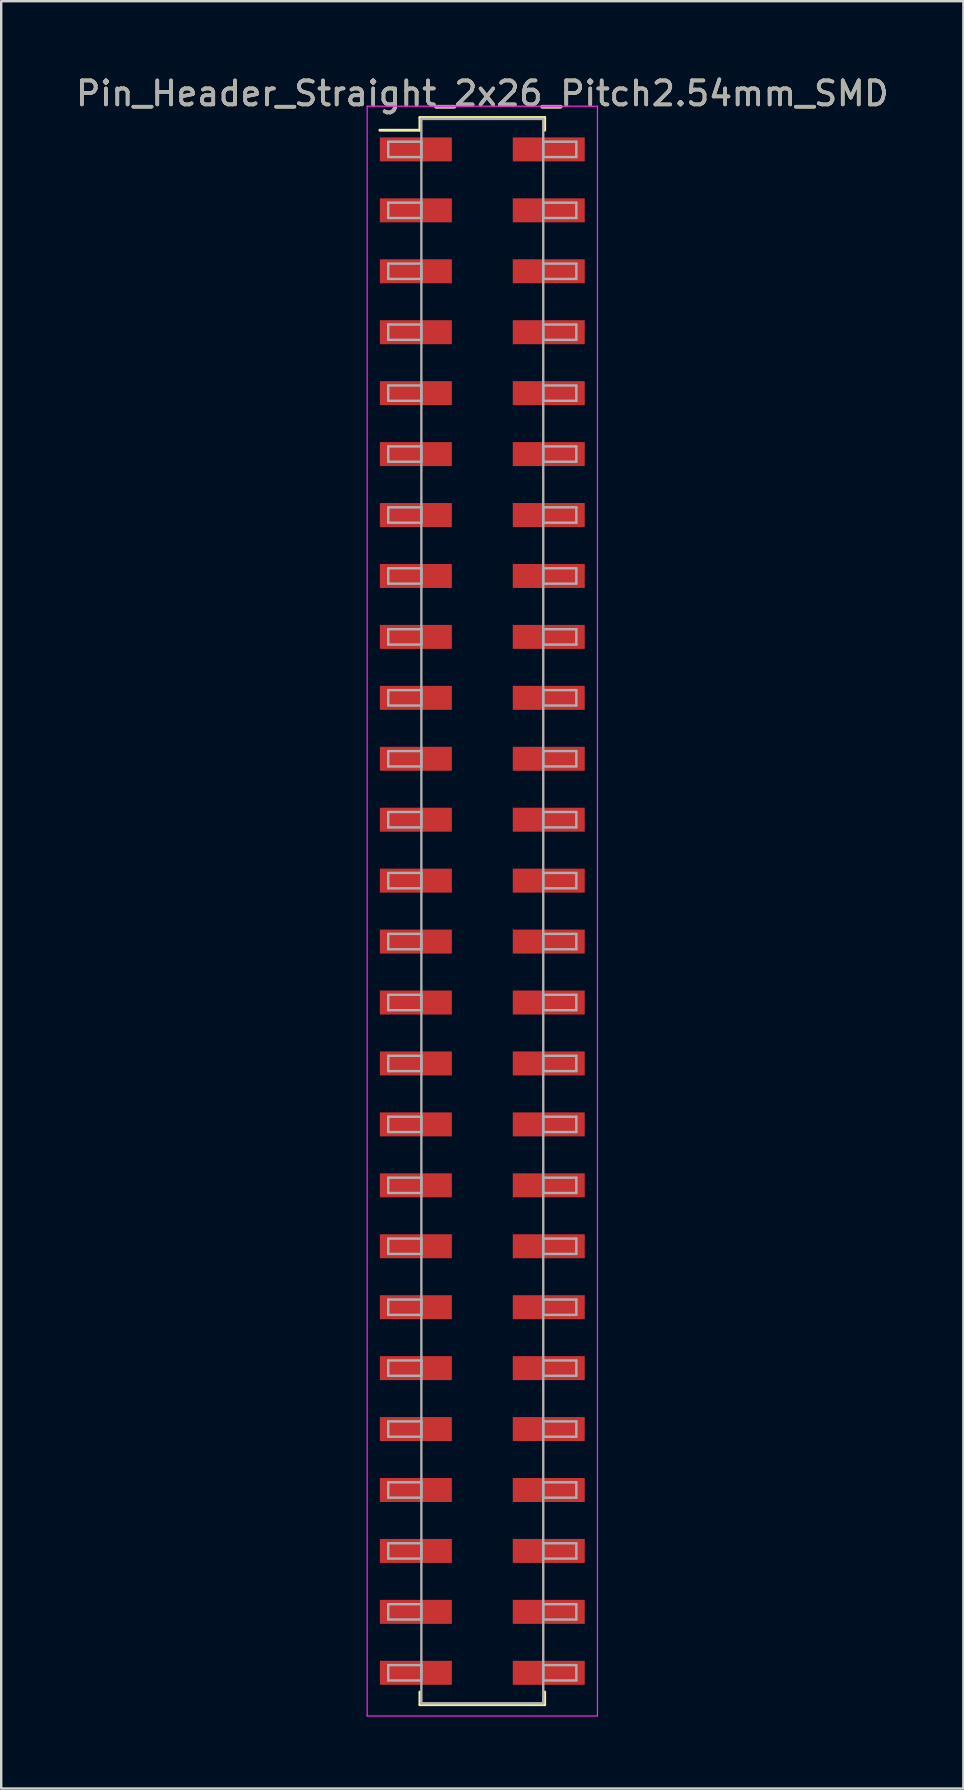
<source format=kicad_pcb>
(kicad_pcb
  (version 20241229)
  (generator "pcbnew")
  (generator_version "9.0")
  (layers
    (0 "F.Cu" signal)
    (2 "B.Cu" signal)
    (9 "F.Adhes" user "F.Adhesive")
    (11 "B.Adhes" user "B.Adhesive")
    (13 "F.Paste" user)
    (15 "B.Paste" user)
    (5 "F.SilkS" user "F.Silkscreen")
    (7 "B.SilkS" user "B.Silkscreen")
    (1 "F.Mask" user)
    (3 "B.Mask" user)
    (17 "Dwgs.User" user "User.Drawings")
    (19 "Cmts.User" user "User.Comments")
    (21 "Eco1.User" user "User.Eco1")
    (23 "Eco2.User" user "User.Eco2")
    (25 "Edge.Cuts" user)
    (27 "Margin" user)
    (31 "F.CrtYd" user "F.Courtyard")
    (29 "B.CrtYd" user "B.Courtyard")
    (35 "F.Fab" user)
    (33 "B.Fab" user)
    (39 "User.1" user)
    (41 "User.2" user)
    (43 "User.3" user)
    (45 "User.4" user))
  (footprint "Pin_Header_Straight_2x26_Pitch2.54mm_SMD"
    (layer "F.Cu")
    (at 17.054 34.928)
    (property "Reference" "Pin_Header_Straight_2x26_Pitch2.54mm_SMD" (at 0 -34.08 0) (layer "F.SilkS") (effects (font (size 1 1) (thickness 0.15))))
    (attr smd)
    (fp_line (start -4.27 -32.55) (end -2.6 -32.55) (stroke (width 0.12) (type solid)) (layer "F.SilkS"))
    (fp_line (start -2.6 -33.08) (end 2.6 -33.08) (stroke (width 0.12) (type solid)) (layer "F.SilkS"))
    (fp_line (start -2.6 -32.55) (end -2.6 -33.08) (stroke (width 0.12) (type solid)) (layer "F.SilkS"))
    (fp_line (start -2.6 32.55) (end -2.6 33.08) (stroke (width 0.12) (type solid)) (layer "F.SilkS"))
    (fp_line (start -2.6 33.08) (end 2.6 33.08) (stroke (width 0.12) (type solid)) (layer "F.SilkS"))
    (fp_line (start 2.6 -33.08) (end 2.6 -32.55) (stroke (width 0.12) (type solid)) (layer "F.SilkS"))
    (fp_line (start 2.6 33.08) (end 2.6 32.55) (stroke (width 0.12) (type solid)) (layer "F.SilkS"))
    (fp_line (start -4.8 -33.55) (end -4.8 33.55) (stroke (width 0.05) (type solid)) (layer "F.CrtYd"))
    (fp_line (start -4.8 33.55) (end 4.8 33.55) (stroke (width 0.05) (type solid)) (layer "F.CrtYd"))
    (fp_line (start 4.8 -33.55) (end -4.8 -33.55) (stroke (width 0.05) (type solid)) (layer "F.CrtYd"))
    (fp_line (start 4.8 33.55) (end 4.8 -33.55) (stroke (width 0.05) (type solid)) (layer "F.CrtYd"))
    (fp_line (start -3.92 -32.07) (end -2.54 -32.07) (stroke (width 0.1) (type solid)) (layer "F.Fab"))
    (fp_line (start -3.92 -31.43) (end -3.92 -32.07) (stroke (width 0.1) (type solid)) (layer "F.Fab"))
    (fp_line (start -3.92 -29.53) (end -2.54 -29.53) (stroke (width 0.1) (type solid)) (layer "F.Fab"))
    (fp_line (start -3.92 -28.89) (end -3.92 -29.53) (stroke (width 0.1) (type solid)) (layer "F.Fab"))
    (fp_line (start -3.92 -26.99) (end -2.54 -26.99) (stroke (width 0.1) (type solid)) (layer "F.Fab"))
    (fp_line (start -3.92 -26.35) (end -3.92 -26.99) (stroke (width 0.1) (type solid)) (layer "F.Fab"))
    (fp_line (start -3.92 -24.45) (end -2.54 -24.45) (stroke (width 0.1) (type solid)) (layer "F.Fab"))
    (fp_line (start -3.92 -23.81) (end -3.92 -24.45) (stroke (width 0.1) (type solid)) (layer "F.Fab"))
    (fp_line (start -3.92 -21.91) (end -2.54 -21.91) (stroke (width 0.1) (type solid)) (layer "F.Fab"))
    (fp_line (start -3.92 -21.27) (end -3.92 -21.91) (stroke (width 0.1) (type solid)) (layer "F.Fab"))
    (fp_line (start -3.92 -19.37) (end -2.54 -19.37) (stroke (width 0.1) (type solid)) (layer "F.Fab"))
    (fp_line (start -3.92 -18.73) (end -3.92 -19.37) (stroke (width 0.1) (type solid)) (layer "F.Fab"))
    (fp_line (start -3.92 -16.83) (end -2.54 -16.83) (stroke (width 0.1) (type solid)) (layer "F.Fab"))
    (fp_line (start -3.92 -16.19) (end -3.92 -16.83) (stroke (width 0.1) (type solid)) (layer "F.Fab"))
    (fp_line (start -3.92 -14.29) (end -2.54 -14.29) (stroke (width 0.1) (type solid)) (layer "F.Fab"))
    (fp_line (start -3.92 -13.65) (end -3.92 -14.29) (stroke (width 0.1) (type solid)) (layer "F.Fab"))
    (fp_line (start -3.92 -11.75) (end -2.54 -11.75) (stroke (width 0.1) (type solid)) (layer "F.Fab"))
    (fp_line (start -3.92 -11.11) (end -3.92 -11.75) (stroke (width 0.1) (type solid)) (layer "F.Fab"))
    (fp_line (start -3.92 -9.21) (end -2.54 -9.21) (stroke (width 0.1) (type solid)) (layer "F.Fab"))
    (fp_line (start -3.92 -8.57) (end -3.92 -9.21) (stroke (width 0.1) (type solid)) (layer "F.Fab"))
    (fp_line (start -3.92 -6.67) (end -2.54 -6.67) (stroke (width 0.1) (type solid)) (layer "F.Fab"))
    (fp_line (start -3.92 -6.03) (end -3.92 -6.67) (stroke (width 0.1) (type solid)) (layer "F.Fab"))
    (fp_line (start -3.92 -4.13) (end -2.54 -4.13) (stroke (width 0.1) (type solid)) (layer "F.Fab"))
    (fp_line (start -3.92 -3.49) (end -3.92 -4.13) (stroke (width 0.1) (type solid)) (layer "F.Fab"))
    (fp_line (start -3.92 -1.59) (end -2.54 -1.59) (stroke (width 0.1) (type solid)) (layer "F.Fab"))
    (fp_line (start -3.92 -0.95) (end -3.92 -1.59) (stroke (width 0.1) (type solid)) (layer "F.Fab"))
    (fp_line (start -3.92 0.95) (end -2.54 0.95) (stroke (width 0.1) (type solid)) (layer "F.Fab"))
    (fp_line (start -3.92 1.59) (end -3.92 0.95) (stroke (width 0.1) (type solid)) (layer "F.Fab"))
    (fp_line (start -3.92 3.49) (end -2.54 3.49) (stroke (width 0.1) (type solid)) (layer "F.Fab"))
    (fp_line (start -3.92 4.13) (end -3.92 3.49) (stroke (width 0.1) (type solid)) (layer "F.Fab"))
    (fp_line (start -3.92 6.03) (end -2.54 6.03) (stroke (width 0.1) (type solid)) (layer "F.Fab"))
    (fp_line (start -3.92 6.67) (end -3.92 6.03) (stroke (width 0.1) (type solid)) (layer "F.Fab"))
    (fp_line (start -3.92 8.57) (end -2.54 8.57) (stroke (width 0.1) (type solid)) (layer "F.Fab"))
    (fp_line (start -3.92 9.21) (end -3.92 8.57) (stroke (width 0.1) (type solid)) (layer "F.Fab"))
    (fp_line (start -3.92 11.11) (end -2.54 11.11) (stroke (width 0.1) (type solid)) (layer "F.Fab"))
    (fp_line (start -3.92 11.75) (end -3.92 11.11) (stroke (width 0.1) (type solid)) (layer "F.Fab"))
    (fp_line (start -3.92 13.65) (end -2.54 13.65) (stroke (width 0.1) (type solid)) (layer "F.Fab"))
    (fp_line (start -3.92 14.29) (end -3.92 13.65) (stroke (width 0.1) (type solid)) (layer "F.Fab"))
    (fp_line (start -3.92 16.19) (end -2.54 16.19) (stroke (width 0.1) (type solid)) (layer "F.Fab"))
    (fp_line (start -3.92 16.83) (end -3.92 16.19) (stroke (width 0.1) (type solid)) (layer "F.Fab"))
    (fp_line (start -3.92 18.73) (end -2.54 18.73) (stroke (width 0.1) (type solid)) (layer "F.Fab"))
    (fp_line (start -3.92 19.37) (end -3.92 18.73) (stroke (width 0.1) (type solid)) (layer "F.Fab"))
    (fp_line (start -3.92 21.27) (end -2.54 21.27) (stroke (width 0.1) (type solid)) (layer "F.Fab"))
    (fp_line (start -3.92 21.91) (end -3.92 21.27) (stroke (width 0.1) (type solid)) (layer "F.Fab"))
    (fp_line (start -3.92 23.81) (end -2.54 23.81) (stroke (width 0.1) (type solid)) (layer "F.Fab"))
    (fp_line (start -3.92 24.45) (end -3.92 23.81) (stroke (width 0.1) (type solid)) (layer "F.Fab"))
    (fp_line (start -3.92 26.35) (end -2.54 26.35) (stroke (width 0.1) (type solid)) (layer "F.Fab"))
    (fp_line (start -3.92 26.99) (end -3.92 26.35) (stroke (width 0.1) (type solid)) (layer "F.Fab"))
    (fp_line (start -3.92 28.89) (end -2.54 28.89) (stroke (width 0.1) (type solid)) (layer "F.Fab"))
    (fp_line (start -3.92 29.53) (end -3.92 28.89) (stroke (width 0.1) (type solid)) (layer "F.Fab"))
    (fp_line (start -3.92 31.43) (end -2.54 31.43) (stroke (width 0.1) (type solid)) (layer "F.Fab"))
    (fp_line (start -3.92 32.07) (end -3.92 31.43) (stroke (width 0.1) (type solid)) (layer "F.Fab"))
    (fp_line (start -2.54 -33.02) (end -2.54 33.02) (stroke (width 0.1) (type solid)) (layer "F.Fab"))
    (fp_line (start -2.54 -32.07) (end -2.54 -31.43) (stroke (width 0.1) (type solid)) (layer "F.Fab"))
    (fp_line (start -2.54 -31.43) (end -3.92 -31.43) (stroke (width 0.1) (type solid)) (layer "F.Fab"))
    (fp_line (start -2.54 -29.53) (end -2.54 -28.89) (stroke (width 0.1) (type solid)) (layer "F.Fab"))
    (fp_line (start -2.54 -28.89) (end -3.92 -28.89) (stroke (width 0.1) (type solid)) (layer "F.Fab"))
    (fp_line (start -2.54 -26.99) (end -2.54 -26.35) (stroke (width 0.1) (type solid)) (layer "F.Fab"))
    (fp_line (start -2.54 -26.35) (end -3.92 -26.35) (stroke (width 0.1) (type solid)) (layer "F.Fab"))
    (fp_line (start -2.54 -24.45) (end -2.54 -23.81) (stroke (width 0.1) (type solid)) (layer "F.Fab"))
    (fp_line (start -2.54 -23.81) (end -3.92 -23.81) (stroke (width 0.1) (type solid)) (layer "F.Fab"))
    (fp_line (start -2.54 -21.91) (end -2.54 -21.27) (stroke (width 0.1) (type solid)) (layer "F.Fab"))
    (fp_line (start -2.54 -21.27) (end -3.92 -21.27) (stroke (width 0.1) (type solid)) (layer "F.Fab"))
    (fp_line (start -2.54 -19.37) (end -2.54 -18.73) (stroke (width 0.1) (type solid)) (layer "F.Fab"))
    (fp_line (start -2.54 -18.73) (end -3.92 -18.73) (stroke (width 0.1) (type solid)) (layer "F.Fab"))
    (fp_line (start -2.54 -16.83) (end -2.54 -16.19) (stroke (width 0.1) (type solid)) (layer "F.Fab"))
    (fp_line (start -2.54 -16.19) (end -3.92 -16.19) (stroke (width 0.1) (type solid)) (layer "F.Fab"))
    (fp_line (start -2.54 -14.29) (end -2.54 -13.65) (stroke (width 0.1) (type solid)) (layer "F.Fab"))
    (fp_line (start -2.54 -13.65) (end -3.92 -13.65) (stroke (width 0.1) (type solid)) (layer "F.Fab"))
    (fp_line (start -2.54 -11.75) (end -2.54 -11.11) (stroke (width 0.1) (type solid)) (layer "F.Fab"))
    (fp_line (start -2.54 -11.11) (end -3.92 -11.11) (stroke (width 0.1) (type solid)) (layer "F.Fab"))
    (fp_line (start -2.54 -9.21) (end -2.54 -8.57) (stroke (width 0.1) (type solid)) (layer "F.Fab"))
    (fp_line (start -2.54 -8.57) (end -3.92 -8.57) (stroke (width 0.1) (type solid)) (layer "F.Fab"))
    (fp_line (start -2.54 -6.67) (end -2.54 -6.03) (stroke (width 0.1) (type solid)) (layer "F.Fab"))
    (fp_line (start -2.54 -6.03) (end -3.92 -6.03) (stroke (width 0.1) (type solid)) (layer "F.Fab"))
    (fp_line (start -2.54 -4.13) (end -2.54 -3.49) (stroke (width 0.1) (type solid)) (layer "F.Fab"))
    (fp_line (start -2.54 -3.49) (end -3.92 -3.49) (stroke (width 0.1) (type solid)) (layer "F.Fab"))
    (fp_line (start -2.54 -1.59) (end -2.54 -0.95) (stroke (width 0.1) (type solid)) (layer "F.Fab"))
    (fp_line (start -2.54 -0.95) (end -3.92 -0.95) (stroke (width 0.1) (type solid)) (layer "F.Fab"))
    (fp_line (start -2.54 0.95) (end -2.54 1.59) (stroke (width 0.1) (type solid)) (layer "F.Fab"))
    (fp_line (start -2.54 1.59) (end -3.92 1.59) (stroke (width 0.1) (type solid)) (layer "F.Fab"))
    (fp_line (start -2.54 3.49) (end -2.54 4.13) (stroke (width 0.1) (type solid)) (layer "F.Fab"))
    (fp_line (start -2.54 4.13) (end -3.92 4.13) (stroke (width 0.1) (type solid)) (layer "F.Fab"))
    (fp_line (start -2.54 6.03) (end -2.54 6.67) (stroke (width 0.1) (type solid)) (layer "F.Fab"))
    (fp_line (start -2.54 6.67) (end -3.92 6.67) (stroke (width 0.1) (type solid)) (layer "F.Fab"))
    (fp_line (start -2.54 8.57) (end -2.54 9.21) (stroke (width 0.1) (type solid)) (layer "F.Fab"))
    (fp_line (start -2.54 9.21) (end -3.92 9.21) (stroke (width 0.1) (type solid)) (layer "F.Fab"))
    (fp_line (start -2.54 11.11) (end -2.54 11.75) (stroke (width 0.1) (type solid)) (layer "F.Fab"))
    (fp_line (start -2.54 11.75) (end -3.92 11.75) (stroke (width 0.1) (type solid)) (layer "F.Fab"))
    (fp_line (start -2.54 13.65) (end -2.54 14.29) (stroke (width 0.1) (type solid)) (layer "F.Fab"))
    (fp_line (start -2.54 14.29) (end -3.92 14.29) (stroke (width 0.1) (type solid)) (layer "F.Fab"))
    (fp_line (start -2.54 16.19) (end -2.54 16.83) (stroke (width 0.1) (type solid)) (layer "F.Fab"))
    (fp_line (start -2.54 16.83) (end -3.92 16.83) (stroke (width 0.1) (type solid)) (layer "F.Fab"))
    (fp_line (start -2.54 18.73) (end -2.54 19.37) (stroke (width 0.1) (type solid)) (layer "F.Fab"))
    (fp_line (start -2.54 19.37) (end -3.92 19.37) (stroke (width 0.1) (type solid)) (layer "F.Fab"))
    (fp_line (start -2.54 21.27) (end -2.54 21.91) (stroke (width 0.1) (type solid)) (layer "F.Fab"))
    (fp_line (start -2.54 21.91) (end -3.92 21.91) (stroke (width 0.1) (type solid)) (layer "F.Fab"))
    (fp_line (start -2.54 23.81) (end -2.54 24.45) (stroke (width 0.1) (type solid)) (layer "F.Fab"))
    (fp_line (start -2.54 24.45) (end -3.92 24.45) (stroke (width 0.1) (type solid)) (layer "F.Fab"))
    (fp_line (start -2.54 26.35) (end -2.54 26.99) (stroke (width 0.1) (type solid)) (layer "F.Fab"))
    (fp_line (start -2.54 26.99) (end -3.92 26.99) (stroke (width 0.1) (type solid)) (layer "F.Fab"))
    (fp_line (start -2.54 28.89) (end -2.54 29.53) (stroke (width 0.1) (type solid)) (layer "F.Fab"))
    (fp_line (start -2.54 29.53) (end -3.92 29.53) (stroke (width 0.1) (type solid)) (layer "F.Fab"))
    (fp_line (start -2.54 31.43) (end -2.54 32.07) (stroke (width 0.1) (type solid)) (layer "F.Fab"))
    (fp_line (start -2.54 32.07) (end -3.92 32.07) (stroke (width 0.1) (type solid)) (layer "F.Fab"))
    (fp_line (start -2.54 33.02) (end 2.54 33.02) (stroke (width 0.1) (type solid)) (layer "F.Fab"))
    (fp_line (start 2.54 -33.02) (end -2.54 -33.02) (stroke (width 0.1) (type solid)) (layer "F.Fab"))
    (fp_line (start 2.54 -32.07) (end 2.54 -31.43) (stroke (width 0.1) (type solid)) (layer "F.Fab"))
    (fp_line (start 2.54 -31.43) (end 3.92 -31.43) (stroke (width 0.1) (type solid)) (layer "F.Fab"))
    (fp_line (start 2.54 -29.53) (end 2.54 -28.89) (stroke (width 0.1) (type solid)) (layer "F.Fab"))
    (fp_line (start 2.54 -28.89) (end 3.92 -28.89) (stroke (width 0.1) (type solid)) (layer "F.Fab"))
    (fp_line (start 2.54 -26.99) (end 2.54 -26.35) (stroke (width 0.1) (type solid)) (layer "F.Fab"))
    (fp_line (start 2.54 -26.35) (end 3.92 -26.35) (stroke (width 0.1) (type solid)) (layer "F.Fab"))
    (fp_line (start 2.54 -24.45) (end 2.54 -23.81) (stroke (width 0.1) (type solid)) (layer "F.Fab"))
    (fp_line (start 2.54 -23.81) (end 3.92 -23.81) (stroke (width 0.1) (type solid)) (layer "F.Fab"))
    (fp_line (start 2.54 -21.91) (end 2.54 -21.27) (stroke (width 0.1) (type solid)) (layer "F.Fab"))
    (fp_line (start 2.54 -21.27) (end 3.92 -21.27) (stroke (width 0.1) (type solid)) (layer "F.Fab"))
    (fp_line (start 2.54 -19.37) (end 2.54 -18.73) (stroke (width 0.1) (type solid)) (layer "F.Fab"))
    (fp_line (start 2.54 -18.73) (end 3.92 -18.73) (stroke (width 0.1) (type solid)) (layer "F.Fab"))
    (fp_line (start 2.54 -16.83) (end 2.54 -16.19) (stroke (width 0.1) (type solid)) (layer "F.Fab"))
    (fp_line (start 2.54 -16.19) (end 3.92 -16.19) (stroke (width 0.1) (type solid)) (layer "F.Fab"))
    (fp_line (start 2.54 -14.29) (end 2.54 -13.65) (stroke (width 0.1) (type solid)) (layer "F.Fab"))
    (fp_line (start 2.54 -13.65) (end 3.92 -13.65) (stroke (width 0.1) (type solid)) (layer "F.Fab"))
    (fp_line (start 2.54 -11.75) (end 2.54 -11.11) (stroke (width 0.1) (type solid)) (layer "F.Fab"))
    (fp_line (start 2.54 -11.11) (end 3.92 -11.11) (stroke (width 0.1) (type solid)) (layer "F.Fab"))
    (fp_line (start 2.54 -9.21) (end 2.54 -8.57) (stroke (width 0.1) (type solid)) (layer "F.Fab"))
    (fp_line (start 2.54 -8.57) (end 3.92 -8.57) (stroke (width 0.1) (type solid)) (layer "F.Fab"))
    (fp_line (start 2.54 -6.67) (end 2.54 -6.03) (stroke (width 0.1) (type solid)) (layer "F.Fab"))
    (fp_line (start 2.54 -6.03) (end 3.92 -6.03) (stroke (width 0.1) (type solid)) (layer "F.Fab"))
    (fp_line (start 2.54 -4.13) (end 2.54 -3.49) (stroke (width 0.1) (type solid)) (layer "F.Fab"))
    (fp_line (start 2.54 -3.49) (end 3.92 -3.49) (stroke (width 0.1) (type solid)) (layer "F.Fab"))
    (fp_line (start 2.54 -1.59) (end 2.54 -0.95) (stroke (width 0.1) (type solid)) (layer "F.Fab"))
    (fp_line (start 2.54 -0.95) (end 3.92 -0.95) (stroke (width 0.1) (type solid)) (layer "F.Fab"))
    (fp_line (start 2.54 0.95) (end 2.54 1.59) (stroke (width 0.1) (type solid)) (layer "F.Fab"))
    (fp_line (start 2.54 1.59) (end 3.92 1.59) (stroke (width 0.1) (type solid)) (layer "F.Fab"))
    (fp_line (start 2.54 3.49) (end 2.54 4.13) (stroke (width 0.1) (type solid)) (layer "F.Fab"))
    (fp_line (start 2.54 4.13) (end 3.92 4.13) (stroke (width 0.1) (type solid)) (layer "F.Fab"))
    (fp_line (start 2.54 6.03) (end 2.54 6.67) (stroke (width 0.1) (type solid)) (layer "F.Fab"))
    (fp_line (start 2.54 6.67) (end 3.92 6.67) (stroke (width 0.1) (type solid)) (layer "F.Fab"))
    (fp_line (start 2.54 8.57) (end 2.54 9.21) (stroke (width 0.1) (type solid)) (layer "F.Fab"))
    (fp_line (start 2.54 9.21) (end 3.92 9.21) (stroke (width 0.1) (type solid)) (layer "F.Fab"))
    (fp_line (start 2.54 11.11) (end 2.54 11.75) (stroke (width 0.1) (type solid)) (layer "F.Fab"))
    (fp_line (start 2.54 11.75) (end 3.92 11.75) (stroke (width 0.1) (type solid)) (layer "F.Fab"))
    (fp_line (start 2.54 13.65) (end 2.54 14.29) (stroke (width 0.1) (type solid)) (layer "F.Fab"))
    (fp_line (start 2.54 14.29) (end 3.92 14.29) (stroke (width 0.1) (type solid)) (layer "F.Fab"))
    (fp_line (start 2.54 16.19) (end 2.54 16.83) (stroke (width 0.1) (type solid)) (layer "F.Fab"))
    (fp_line (start 2.54 16.83) (end 3.92 16.83) (stroke (width 0.1) (type solid)) (layer "F.Fab"))
    (fp_line (start 2.54 18.73) (end 2.54 19.37) (stroke (width 0.1) (type solid)) (layer "F.Fab"))
    (fp_line (start 2.54 19.37) (end 3.92 19.37) (stroke (width 0.1) (type solid)) (layer "F.Fab"))
    (fp_line (start 2.54 21.27) (end 2.54 21.91) (stroke (width 0.1) (type solid)) (layer "F.Fab"))
    (fp_line (start 2.54 21.91) (end 3.92 21.91) (stroke (width 0.1) (type solid)) (layer "F.Fab"))
    (fp_line (start 2.54 23.81) (end 2.54 24.45) (stroke (width 0.1) (type solid)) (layer "F.Fab"))
    (fp_line (start 2.54 24.45) (end 3.92 24.45) (stroke (width 0.1) (type solid)) (layer "F.Fab"))
    (fp_line (start 2.54 26.35) (end 2.54 26.99) (stroke (width 0.1) (type solid)) (layer "F.Fab"))
    (fp_line (start 2.54 26.99) (end 3.92 26.99) (stroke (width 0.1) (type solid)) (layer "F.Fab"))
    (fp_line (start 2.54 28.89) (end 2.54 29.53) (stroke (width 0.1) (type solid)) (layer "F.Fab"))
    (fp_line (start 2.54 29.53) (end 3.92 29.53) (stroke (width 0.1) (type solid)) (layer "F.Fab"))
    (fp_line (start 2.54 31.43) (end 2.54 32.07) (stroke (width 0.1) (type solid)) (layer "F.Fab"))
    (fp_line (start 2.54 32.07) (end 3.92 32.07) (stroke (width 0.1) (type solid)) (layer "F.Fab"))
    (fp_line (start 2.54 33.02) (end 2.54 -33.02) (stroke (width 0.1) (type solid)) (layer "F.Fab"))
    (fp_line (start 3.92 -32.07) (end 2.54 -32.07) (stroke (width 0.1) (type solid)) (layer "F.Fab"))
    (fp_line (start 3.92 -31.43) (end 3.92 -32.07) (stroke (width 0.1) (type solid)) (layer "F.Fab"))
    (fp_line (start 3.92 -29.53) (end 2.54 -29.53) (stroke (width 0.1) (type solid)) (layer "F.Fab"))
    (fp_line (start 3.92 -28.89) (end 3.92 -29.53) (stroke (width 0.1) (type solid)) (layer "F.Fab"))
    (fp_line (start 3.92 -26.99) (end 2.54 -26.99) (stroke (width 0.1) (type solid)) (layer "F.Fab"))
    (fp_line (start 3.92 -26.35) (end 3.92 -26.99) (stroke (width 0.1) (type solid)) (layer "F.Fab"))
    (fp_line (start 3.92 -24.45) (end 2.54 -24.45) (stroke (width 0.1) (type solid)) (layer "F.Fab"))
    (fp_line (start 3.92 -23.81) (end 3.92 -24.45) (stroke (width 0.1) (type solid)) (layer "F.Fab"))
    (fp_line (start 3.92 -21.91) (end 2.54 -21.91) (stroke (width 0.1) (type solid)) (layer "F.Fab"))
    (fp_line (start 3.92 -21.27) (end 3.92 -21.91) (stroke (width 0.1) (type solid)) (layer "F.Fab"))
    (fp_line (start 3.92 -19.37) (end 2.54 -19.37) (stroke (width 0.1) (type solid)) (layer "F.Fab"))
    (fp_line (start 3.92 -18.73) (end 3.92 -19.37) (stroke (width 0.1) (type solid)) (layer "F.Fab"))
    (fp_line (start 3.92 -16.83) (end 2.54 -16.83) (stroke (width 0.1) (type solid)) (layer "F.Fab"))
    (fp_line (start 3.92 -16.19) (end 3.92 -16.83) (stroke (width 0.1) (type solid)) (layer "F.Fab"))
    (fp_line (start 3.92 -14.29) (end 2.54 -14.29) (stroke (width 0.1) (type solid)) (layer "F.Fab"))
    (fp_line (start 3.92 -13.65) (end 3.92 -14.29) (stroke (width 0.1) (type solid)) (layer "F.Fab"))
    (fp_line (start 3.92 -11.75) (end 2.54 -11.75) (stroke (width 0.1) (type solid)) (layer "F.Fab"))
    (fp_line (start 3.92 -11.11) (end 3.92 -11.75) (stroke (width 0.1) (type solid)) (layer "F.Fab"))
    (fp_line (start 3.92 -9.21) (end 2.54 -9.21) (stroke (width 0.1) (type solid)) (layer "F.Fab"))
    (fp_line (start 3.92 -8.57) (end 3.92 -9.21) (stroke (width 0.1) (type solid)) (layer "F.Fab"))
    (fp_line (start 3.92 -6.67) (end 2.54 -6.67) (stroke (width 0.1) (type solid)) (layer "F.Fab"))
    (fp_line (start 3.92 -6.03) (end 3.92 -6.67) (stroke (width 0.1) (type solid)) (layer "F.Fab"))
    (fp_line (start 3.92 -4.13) (end 2.54 -4.13) (stroke (width 0.1) (type solid)) (layer "F.Fab"))
    (fp_line (start 3.92 -3.49) (end 3.92 -4.13) (stroke (width 0.1) (type solid)) (layer "F.Fab"))
    (fp_line (start 3.92 -1.59) (end 2.54 -1.59) (stroke (width 0.1) (type solid)) (layer "F.Fab"))
    (fp_line (start 3.92 -0.95) (end 3.92 -1.59) (stroke (width 0.1) (type solid)) (layer "F.Fab"))
    (fp_line (start 3.92 0.95) (end 2.54 0.95) (stroke (width 0.1) (type solid)) (layer "F.Fab"))
    (fp_line (start 3.92 1.59) (end 3.92 0.95) (stroke (width 0.1) (type solid)) (layer "F.Fab"))
    (fp_line (start 3.92 3.49) (end 2.54 3.49) (stroke (width 0.1) (type solid)) (layer "F.Fab"))
    (fp_line (start 3.92 4.13) (end 3.92 3.49) (stroke (width 0.1) (type solid)) (layer "F.Fab"))
    (fp_line (start 3.92 6.03) (end 2.54 6.03) (stroke (width 0.1) (type solid)) (layer "F.Fab"))
    (fp_line (start 3.92 6.67) (end 3.92 6.03) (stroke (width 0.1) (type solid)) (layer "F.Fab"))
    (fp_line (start 3.92 8.57) (end 2.54 8.57) (stroke (width 0.1) (type solid)) (layer "F.Fab"))
    (fp_line (start 3.92 9.21) (end 3.92 8.57) (stroke (width 0.1) (type solid)) (layer "F.Fab"))
    (fp_line (start 3.92 11.11) (end 2.54 11.11) (stroke (width 0.1) (type solid)) (layer "F.Fab"))
    (fp_line (start 3.92 11.75) (end 3.92 11.11) (stroke (width 0.1) (type solid)) (layer "F.Fab"))
    (fp_line (start 3.92 13.65) (end 2.54 13.65) (stroke (width 0.1) (type solid)) (layer "F.Fab"))
    (fp_line (start 3.92 14.29) (end 3.92 13.65) (stroke (width 0.1) (type solid)) (layer "F.Fab"))
    (fp_line (start 3.92 16.19) (end 2.54 16.19) (stroke (width 0.1) (type solid)) (layer "F.Fab"))
    (fp_line (start 3.92 16.83) (end 3.92 16.19) (stroke (width 0.1) (type solid)) (layer "F.Fab"))
    (fp_line (start 3.92 18.73) (end 2.54 18.73) (stroke (width 0.1) (type solid)) (layer "F.Fab"))
    (fp_line (start 3.92 19.37) (end 3.92 18.73) (stroke (width 0.1) (type solid)) (layer "F.Fab"))
    (fp_line (start 3.92 21.27) (end 2.54 21.27) (stroke (width 0.1) (type solid)) (layer "F.Fab"))
    (fp_line (start 3.92 21.91) (end 3.92 21.27) (stroke (width 0.1) (type solid)) (layer "F.Fab"))
    (fp_line (start 3.92 23.81) (end 2.54 23.81) (stroke (width 0.1) (type solid)) (layer "F.Fab"))
    (fp_line (start 3.92 24.45) (end 3.92 23.81) (stroke (width 0.1) (type solid)) (layer "F.Fab"))
    (fp_line (start 3.92 26.35) (end 2.54 26.35) (stroke (width 0.1) (type solid)) (layer "F.Fab"))
    (fp_line (start 3.92 26.99) (end 3.92 26.35) (stroke (width 0.1) (type solid)) (layer "F.Fab"))
    (fp_line (start 3.92 28.89) (end 2.54 28.89) (stroke (width 0.1) (type solid)) (layer "F.Fab"))
    (fp_line (start 3.92 29.53) (end 3.92 28.89) (stroke (width 0.1) (type solid)) (layer "F.Fab"))
    (fp_line (start 3.92 31.43) (end 2.54 31.43) (stroke (width 0.1) (type solid)) (layer "F.Fab"))
    (fp_line (start 3.92 32.07) (end 3.92 31.43) (stroke (width 0.1) (type solid)) (layer "F.Fab"))
    (fp_text user "${REFERENCE}" (at 0 -34.08 0) (layer "F.Fab") (effects (font (size 1 1) (thickness 0.15))))
    (pad "1" smd rect (at -2.77 -31.75) (size 3 1) (layers "F.Cu" "F.Mask" "F.Paste"))
    (pad "2" smd rect (at 2.77 -31.75) (size 3 1) (layers "F.Cu" "F.Mask" "F.Paste"))
    (pad "3" smd rect (at -2.77 -29.21) (size 3 1) (layers "F.Cu" "F.Mask" "F.Paste"))
    (pad "4" smd rect (at 2.77 -29.21) (size 3 1) (layers "F.Cu" "F.Mask" "F.Paste"))
    (pad "5" smd rect (at -2.77 -26.67) (size 3 1) (layers "F.Cu" "F.Mask" "F.Paste"))
    (pad "6" smd rect (at 2.77 -26.67) (size 3 1) (layers "F.Cu" "F.Mask" "F.Paste"))
    (pad "7" smd rect (at -2.77 -24.13) (size 3 1) (layers "F.Cu" "F.Mask" "F.Paste"))
    (pad "8" smd rect (at 2.77 -24.13) (size 3 1) (layers "F.Cu" "F.Mask" "F.Paste"))
    (pad "9" smd rect (at -2.77 -21.59) (size 3 1) (layers "F.Cu" "F.Mask" "F.Paste"))
    (pad "10" smd rect (at 2.77 -21.59) (size 3 1) (layers "F.Cu" "F.Mask" "F.Paste"))
    (pad "11" smd rect (at -2.77 -19.05) (size 3 1) (layers "F.Cu" "F.Mask" "F.Paste"))
    (pad "12" smd rect (at 2.77 -19.05) (size 3 1) (layers "F.Cu" "F.Mask" "F.Paste"))
    (pad "13" smd rect (at -2.77 -16.51) (size 3 1) (layers "F.Cu" "F.Mask" "F.Paste"))
    (pad "14" smd rect (at 2.77 -16.51) (size 3 1) (layers "F.Cu" "F.Mask" "F.Paste"))
    (pad "15" smd rect (at -2.77 -13.97) (size 3 1) (layers "F.Cu" "F.Mask" "F.Paste"))
    (pad "16" smd rect (at 2.77 -13.97) (size 3 1) (layers "F.Cu" "F.Mask" "F.Paste"))
    (pad "17" smd rect (at -2.77 -11.43) (size 3 1) (layers "F.Cu" "F.Mask" "F.Paste"))
    (pad "18" smd rect (at 2.77 -11.43) (size 3 1) (layers "F.Cu" "F.Mask" "F.Paste"))
    (pad "19" smd rect (at -2.77 -8.89) (size 3 1) (layers "F.Cu" "F.Mask" "F.Paste"))
    (pad "20" smd rect (at 2.77 -8.89) (size 3 1) (layers "F.Cu" "F.Mask" "F.Paste"))
    (pad "21" smd rect (at -2.77 -6.35) (size 3 1) (layers "F.Cu" "F.Mask" "F.Paste"))
    (pad "22" smd rect (at 2.77 -6.35) (size 3 1) (layers "F.Cu" "F.Mask" "F.Paste"))
    (pad "23" smd rect (at -2.77 -3.81) (size 3 1) (layers "F.Cu" "F.Mask" "F.Paste"))
    (pad "24" smd rect (at 2.77 -3.81) (size 3 1) (layers "F.Cu" "F.Mask" "F.Paste"))
    (pad "25" smd rect (at -2.77 -1.27) (size 3 1) (layers "F.Cu" "F.Mask" "F.Paste"))
    (pad "26" smd rect (at 2.77 -1.27) (size 3 1) (layers "F.Cu" "F.Mask" "F.Paste"))
    (pad "27" smd rect (at -2.77 1.27) (size 3 1) (layers "F.Cu" "F.Mask" "F.Paste"))
    (pad "28" smd rect (at 2.77 1.27) (size 3 1) (layers "F.Cu" "F.Mask" "F.Paste"))
    (pad "29" smd rect (at -2.77 3.81) (size 3 1) (layers "F.Cu" "F.Mask" "F.Paste"))
    (pad "30" smd rect (at 2.77 3.81) (size 3 1) (layers "F.Cu" "F.Mask" "F.Paste"))
    (pad "31" smd rect (at -2.77 6.35) (size 3 1) (layers "F.Cu" "F.Mask" "F.Paste"))
    (pad "32" smd rect (at 2.77 6.35) (size 3 1) (layers "F.Cu" "F.Mask" "F.Paste"))
    (pad "33" smd rect (at -2.77 8.89) (size 3 1) (layers "F.Cu" "F.Mask" "F.Paste"))
    (pad "34" smd rect (at 2.77 8.89) (size 3 1) (layers "F.Cu" "F.Mask" "F.Paste"))
    (pad "35" smd rect (at -2.77 11.43) (size 3 1) (layers "F.Cu" "F.Mask" "F.Paste"))
    (pad "36" smd rect (at 2.77 11.43) (size 3 1) (layers "F.Cu" "F.Mask" "F.Paste"))
    (pad "37" smd rect (at -2.77 13.97) (size 3 1) (layers "F.Cu" "F.Mask" "F.Paste"))
    (pad "38" smd rect (at 2.77 13.97) (size 3 1) (layers "F.Cu" "F.Mask" "F.Paste"))
    (pad "39" smd rect (at -2.77 16.51) (size 3 1) (layers "F.Cu" "F.Mask" "F.Paste"))
    (pad "40" smd rect (at 2.77 16.51) (size 3 1) (layers "F.Cu" "F.Mask" "F.Paste"))
    (pad "41" smd rect (at -2.77 19.05) (size 3 1) (layers "F.Cu" "F.Mask" "F.Paste"))
    (pad "42" smd rect (at 2.77 19.05) (size 3 1) (layers "F.Cu" "F.Mask" "F.Paste"))
    (pad "43" smd rect (at -2.77 21.59) (size 3 1) (layers "F.Cu" "F.Mask" "F.Paste"))
    (pad "44" smd rect (at 2.77 21.59) (size 3 1) (layers "F.Cu" "F.Mask" "F.Paste"))
    (pad "45" smd rect (at -2.77 24.13) (size 3 1) (layers "F.Cu" "F.Mask" "F.Paste"))
    (pad "46" smd rect (at 2.77 24.13) (size 3 1) (layers "F.Cu" "F.Mask" "F.Paste"))
    (pad "47" smd rect (at -2.77 26.67) (size 3 1) (layers "F.Cu" "F.Mask" "F.Paste"))
    (pad "48" smd rect (at 2.77 26.67) (size 3 1) (layers "F.Cu" "F.Mask" "F.Paste"))
    (pad "49" smd rect (at -2.77 29.21) (size 3 1) (layers "F.Cu" "F.Mask" "F.Paste"))
    (pad "50" smd rect (at 2.77 29.21) (size 3 1) (layers "F.Cu" "F.Mask" "F.Paste"))
    (pad "51" smd rect (at -2.77 31.75) (size 3 1) (layers "F.Cu" "F.Mask" "F.Paste"))
    (pad "52" smd rect (at 2.77 31.75) (size 3 1) (layers "F.Cu" "F.Mask" "F.Paste")))
  (gr_rect
    (start -3 -3)
    (end 37.107 71.503)
    (stroke (width 0.1) (type default))
    (fill no)
    (layer "Edge.Cuts")))
</source>
